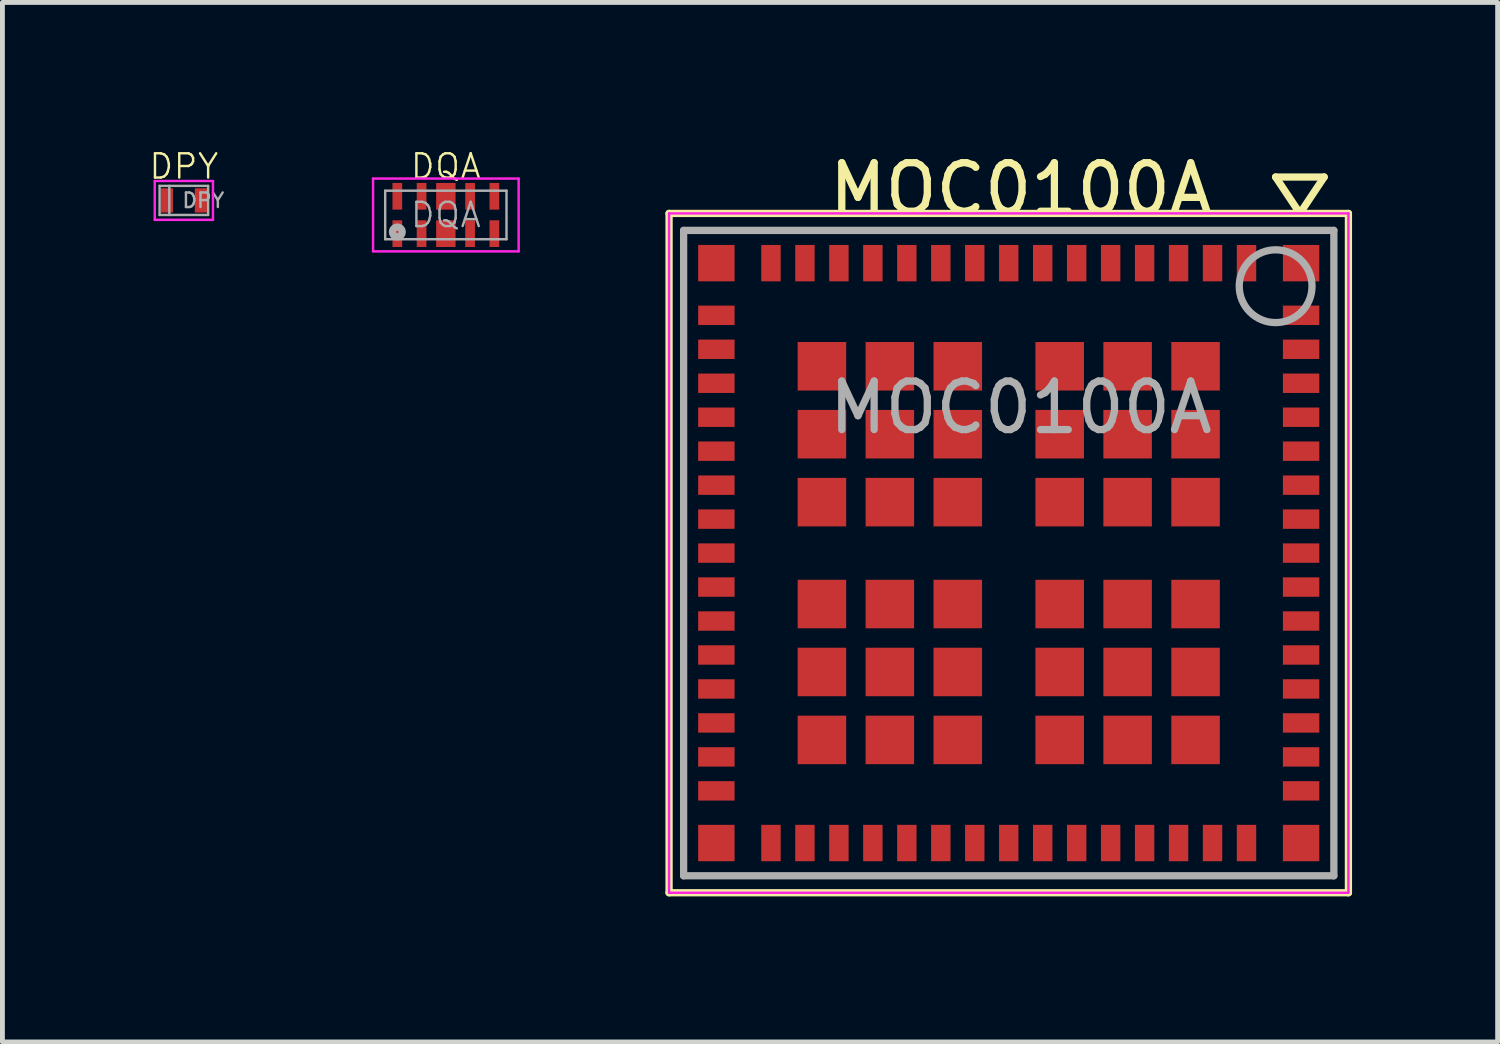
<source format=kicad_pcb>
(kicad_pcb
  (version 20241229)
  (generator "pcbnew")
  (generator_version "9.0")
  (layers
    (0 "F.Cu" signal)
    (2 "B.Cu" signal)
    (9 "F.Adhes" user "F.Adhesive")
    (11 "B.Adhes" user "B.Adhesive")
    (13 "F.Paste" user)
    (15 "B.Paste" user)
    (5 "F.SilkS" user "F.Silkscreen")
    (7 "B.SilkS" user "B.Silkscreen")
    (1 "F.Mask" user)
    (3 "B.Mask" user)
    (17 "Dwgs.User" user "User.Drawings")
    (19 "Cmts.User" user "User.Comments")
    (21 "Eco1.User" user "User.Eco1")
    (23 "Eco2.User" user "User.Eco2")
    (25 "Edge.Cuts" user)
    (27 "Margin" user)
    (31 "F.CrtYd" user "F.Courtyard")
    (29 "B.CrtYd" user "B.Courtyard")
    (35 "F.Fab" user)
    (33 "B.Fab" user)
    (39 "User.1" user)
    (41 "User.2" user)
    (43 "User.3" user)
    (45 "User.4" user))
  (footprint "MOC0100A"
    (layer "F.Cu")
    (at 17.738 8.348)
    (property "Reference" "MOC0100A" (at 0.25 -7.5 0) (layer "F.SilkS") (effects (font (size 1 1) (thickness 0.15))))
    (attr smd)
    (fp_line (start -7 -7) (end -7 7) (stroke (width 0.15) (type solid)) (layer "F.SilkS"))
    (fp_line (start -7 -7) (end 7 -7) (stroke (width 0.15) (type solid)) (layer "F.SilkS"))
    (fp_line (start 5.5 -7.75) (end 6.5 -7.75) (stroke (width 0.15) (type solid)) (layer "F.SilkS"))
    (fp_line (start 6 -7) (end 5.5 -7.75) (stroke (width 0.15) (type solid)) (layer "F.SilkS"))
    (fp_line (start 6.5 -7.75) (end 6 -7) (stroke (width 0.15) (type solid)) (layer "F.SilkS"))
    (fp_line (start 7 -7) (end 7 7) (stroke (width 0.15) (type solid)) (layer "F.SilkS"))
    (fp_line (start 7 7) (end -7 7) (stroke (width 0.15) (type solid)) (layer "F.SilkS"))
    (fp_line (start -7 -7) (end -7 7) (stroke (width 0.05) (type solid)) (layer "F.CrtYd"))
    (fp_line (start -7 -7) (end 7 -7) (stroke (width 0.05) (type solid)) (layer "F.CrtYd"))
    (fp_line (start -7 7) (end 7 7) (stroke (width 0.05) (type solid)) (layer "F.CrtYd"))
    (fp_line (start 7 -7) (end 7 7) (stroke (width 0.05) (type solid)) (layer "F.CrtYd"))
    (fp_line (start -6.7 -6.65) (end 6.7 -6.65) (stroke (width 0.15) (type solid)) (layer "F.Fab"))
    (fp_line (start -6.7 6.65) (end -6.7 -6.65) (stroke (width 0.15) (type solid)) (layer "F.Fab"))
    (fp_line (start 6.7 -6.65) (end 6.7 6.65) (stroke (width 0.15) (type solid)) (layer "F.Fab"))
    (fp_line (start 6.7 6.65) (end -6.7 6.65) (stroke (width 0.15) (type solid)) (layer "F.Fab"))
    (fp_circle (center 5.5 -5.5) (end 6.25 -5.5) (stroke (width 0.15) (type solid)) (fill no) (layer "F.Fab"))
    (fp_text user "${REFERENCE}" (at 0.25 -3 0) (layer "F.Fab") (effects (font (size 1 1) (thickness 0.15))))
    (pad "1" smd rect (at 6.025 -5.975) (size 0.75 0.75) (layers "F.Cu" "F.Mask" "F.Paste"))
    (pad "2" smd rect (at 4.9 -5.975) (size 0.4 0.75) (layers "F.Cu" "F.Mask" "F.Paste"))
    (pad "3" smd rect (at 4.2 -5.975) (size 0.4 0.75) (layers "F.Cu" "F.Mask" "F.Paste"))
    (pad "4" smd rect (at 3.5 -5.975) (size 0.4 0.75) (layers "F.Cu" "F.Mask" "F.Paste"))
    (pad "5" smd rect (at 2.8 -5.975) (size 0.4 0.75) (layers "F.Cu" "F.Mask" "F.Paste"))
    (pad "6" smd rect (at 2.1 -5.975) (size 0.4 0.75) (layers "F.Cu" "F.Mask" "F.Paste"))
    (pad "7" smd rect (at 1.4 -5.975) (size 0.4 0.75) (layers "F.Cu" "F.Mask" "F.Paste"))
    (pad "8" smd rect (at 0.7 -5.975) (size 0.4 0.75) (layers "F.Cu" "F.Mask" "F.Paste"))
    (pad "9" smd rect (at 0 -5.975) (size 0.4 0.75) (layers "F.Cu" "F.Mask" "F.Paste"))
    (pad "10" smd rect (at -0.7 -5.975) (size 0.4 0.75) (layers "F.Cu" "F.Mask" "F.Paste"))
    (pad "11" smd rect (at -1.4 -5.975) (size 0.4 0.75) (layers "F.Cu" "F.Mask" "F.Paste"))
    (pad "12" smd rect (at -2.1 -5.975) (size 0.4 0.75) (layers "F.Cu" "F.Mask" "F.Paste"))
    (pad "13" smd rect (at -2.8 -5.975) (size 0.4 0.75) (layers "F.Cu" "F.Mask" "F.Paste"))
    (pad "14" smd rect (at -3.5 -5.975) (size 0.4 0.75) (layers "F.Cu" "F.Mask" "F.Paste"))
    (pad "15" smd rect (at -4.2 -5.975) (size 0.4 0.75) (layers "F.Cu" "F.Mask" "F.Paste"))
    (pad "16" smd rect (at -4.9 -5.975) (size 0.4 0.75) (layers "F.Cu" "F.Mask" "F.Paste"))
    (pad "17" smd rect (at -6.025 -5.975) (size 0.75 0.75) (layers "F.Cu" "F.Mask" "F.Paste"))
    (pad "18" smd rect (at -6.025 -4.9) (size 0.75 0.4) (layers "F.Cu" "F.Mask" "F.Paste"))
    (pad "19" smd rect (at -6.025 -4.2) (size 0.75 0.4) (layers "F.Cu" "F.Mask" "F.Paste"))
    (pad "20" smd rect (at -6.025 -3.5) (size 0.75 0.4) (layers "F.Cu" "F.Mask" "F.Paste"))
    (pad "21" smd rect (at -6.025 -2.8) (size 0.75 0.4) (layers "F.Cu" "F.Mask" "F.Paste"))
    (pad "22" smd rect (at -6.025 -2.1) (size 0.75 0.4) (layers "F.Cu" "F.Mask" "F.Paste"))
    (pad "23" smd rect (at -6.025 -1.4) (size 0.75 0.4) (layers "F.Cu" "F.Mask" "F.Paste"))
    (pad "24" smd rect (at -6.025 -0.7) (size 0.75 0.4) (layers "F.Cu" "F.Mask" "F.Paste"))
    (pad "25" smd rect (at -6.025 0) (size 0.75 0.4) (layers "F.Cu" "F.Mask" "F.Paste"))
    (pad "26" smd rect (at -6.025 0.7) (size 0.75 0.4) (layers "F.Cu" "F.Mask" "F.Paste"))
    (pad "27" smd rect (at -6.025 1.4) (size 0.75 0.4) (layers "F.Cu" "F.Mask" "F.Paste"))
    (pad "28" smd rect (at -6.025 2.1) (size 0.75 0.4) (layers "F.Cu" "F.Mask" "F.Paste"))
    (pad "29" smd rect (at -6.025 2.8) (size 0.75 0.4) (layers "F.Cu" "F.Mask" "F.Paste"))
    (pad "30" smd rect (at -6.025 3.5) (size 0.75 0.4) (layers "F.Cu" "F.Mask" "F.Paste"))
    (pad "31" smd rect (at -6.025 4.2) (size 0.75 0.4) (layers "F.Cu" "F.Mask" "F.Paste"))
    (pad "32" smd rect (at -6.025 4.9) (size 0.75 0.4) (layers "F.Cu" "F.Mask" "F.Paste"))
    (pad "33" smd rect (at -6.025 5.975) (size 0.75 0.75) (layers "F.Cu" "F.Mask" "F.Paste"))
    (pad "34" smd rect (at -4.9 5.975) (size 0.4 0.75) (layers "F.Cu" "F.Mask" "F.Paste"))
    (pad "35" smd rect (at -4.2 5.975) (size 0.4 0.75) (layers "F.Cu" "F.Mask" "F.Paste"))
    (pad "36" smd rect (at -3.5 5.975) (size 0.4 0.75) (layers "F.Cu" "F.Mask" "F.Paste"))
    (pad "37" smd rect (at -2.8 5.975) (size 0.4 0.75) (layers "F.Cu" "F.Mask" "F.Paste"))
    (pad "38" smd rect (at -2.1 5.975) (size 0.4 0.75) (layers "F.Cu" "F.Mask" "F.Paste"))
    (pad "39" smd rect (at -1.4 5.975) (size 0.4 0.75) (layers "F.Cu" "F.Mask" "F.Paste"))
    (pad "40" smd rect (at -0.7 5.975) (size 0.4 0.75) (layers "F.Cu" "F.Mask" "F.Paste"))
    (pad "41" smd rect (at 0 5.975) (size 0.4 0.75) (layers "F.Cu" "F.Mask" "F.Paste"))
    (pad "42" smd rect (at 0.7 5.975) (size 0.4 0.75) (layers "F.Cu" "F.Mask" "F.Paste"))
    (pad "43" smd rect (at 1.4 5.975) (size 0.4 0.75) (layers "F.Cu" "F.Mask" "F.Paste"))
    (pad "44" smd rect (at 2.1 5.975) (size 0.4 0.75) (layers "F.Cu" "F.Mask" "F.Paste"))
    (pad "45" smd rect (at 2.8 5.975) (size 0.4 0.75) (layers "F.Cu" "F.Mask" "F.Paste"))
    (pad "46" smd rect (at 3.5 5.975) (size 0.4 0.75) (layers "F.Cu" "F.Mask" "F.Paste"))
    (pad "47" smd rect (at 4.2 5.975) (size 0.4 0.75) (layers "F.Cu" "F.Mask" "F.Paste"))
    (pad "48" smd rect (at 4.9 5.975) (size 0.4 0.75) (layers "F.Cu" "F.Mask" "F.Paste"))
    (pad "49" smd rect (at 6.025 5.975) (size 0.75 0.75) (layers "F.Cu" "F.Mask" "F.Paste"))
    (pad "50" smd rect (at 6.025 4.9) (size 0.75 0.4) (layers "F.Cu" "F.Mask" "F.Paste"))
    (pad "51" smd rect (at 6.025 4.2) (size 0.75 0.4) (layers "F.Cu" "F.Mask" "F.Paste"))
    (pad "52" smd rect (at 6.025 3.5) (size 0.75 0.4) (layers "F.Cu" "F.Mask" "F.Paste"))
    (pad "53" smd rect (at 6.025 2.8) (size 0.75 0.4) (layers "F.Cu" "F.Mask" "F.Paste"))
    (pad "54" smd rect (at 6.025 2.1) (size 0.75 0.4) (layers "F.Cu" "F.Mask" "F.Paste"))
    (pad "55" smd rect (at 6.025 1.4) (size 0.75 0.4) (layers "F.Cu" "F.Mask" "F.Paste"))
    (pad "56" smd rect (at 6.025 0.7) (size 0.75 0.4) (layers "F.Cu" "F.Mask" "F.Paste"))
    (pad "57" smd rect (at 6.025 0) (size 0.75 0.4) (layers "F.Cu" "F.Mask" "F.Paste"))
    (pad "58" smd rect (at 6.025 -0.7) (size 0.75 0.4) (layers "F.Cu" "F.Mask" "F.Paste"))
    (pad "59" smd rect (at 6.025 -1.4) (size 0.75 0.4) (layers "F.Cu" "F.Mask" "F.Paste"))
    (pad "60" smd rect (at 6.025 -2.1) (size 0.75 0.4) (layers "F.Cu" "F.Mask" "F.Paste"))
    (pad "61" smd rect (at 6.025 -2.8) (size 0.75 0.4) (layers "F.Cu" "F.Mask" "F.Paste"))
    (pad "62" smd rect (at 6.025 -3.5) (size 0.75 0.4) (layers "F.Cu" "F.Mask" "F.Paste"))
    (pad "63" smd rect (at 6.025 -4.2) (size 0.75 0.4) (layers "F.Cu" "F.Mask" "F.Paste"))
    (pad "64" smd rect (at 6.025 -4.9) (size 0.75 0.4) (layers "F.Cu" "F.Mask" "F.Paste"))
    (pad "65" smd rect (at -3.85 -3.85) (size 1 1) (layers "F.Cu" "F.Mask" "F.Paste"))
    (pad "65" smd rect (at -3.85 -2.45) (size 1 1) (layers "F.Cu" "F.Mask" "F.Paste"))
    (pad "65" smd rect (at -3.85 -1.05) (size 1 1) (layers "F.Cu" "F.Mask" "F.Paste"))
    (pad "65" smd rect (at -3.85 1.05) (size 1 1) (layers "F.Cu" "F.Mask" "F.Paste"))
    (pad "65" smd rect (at -3.85 2.45) (size 1 1) (layers "F.Cu" "F.Mask" "F.Paste"))
    (pad "65" smd rect (at -3.85 3.85) (size 1 1) (layers "F.Cu" "F.Mask" "F.Paste"))
    (pad "65" smd rect (at -2.45 -3.85) (size 1 1) (layers "F.Cu" "F.Mask" "F.Paste"))
    (pad "65" smd rect (at -2.45 -2.45) (size 1 1) (layers "F.Cu" "F.Mask" "F.Paste"))
    (pad "65" smd rect (at -2.45 -1.05) (size 1 1) (layers "F.Cu" "F.Mask" "F.Paste"))
    (pad "65" smd rect (at -2.45 1.05) (size 1 1) (layers "F.Cu" "F.Mask" "F.Paste"))
    (pad "65" smd rect (at -2.45 2.45) (size 1 1) (layers "F.Cu" "F.Mask" "F.Paste"))
    (pad "65" smd rect (at -2.45 3.85) (size 1 1) (layers "F.Cu" "F.Mask" "F.Paste"))
    (pad "65" smd rect (at -1.05 -3.85) (size 1 1) (layers "F.Cu" "F.Mask" "F.Paste"))
    (pad "65" smd rect (at -1.05 -2.45) (size 1 1) (layers "F.Cu" "F.Mask" "F.Paste"))
    (pad "65" smd rect (at -1.05 -1.05) (size 1 1) (layers "F.Cu" "F.Mask" "F.Paste"))
    (pad "65" smd rect (at -1.05 1.05) (size 1 1) (layers "F.Cu" "F.Mask" "F.Paste"))
    (pad "65" smd rect (at -1.05 2.45) (size 1 1) (layers "F.Cu" "F.Mask" "F.Paste"))
    (pad "65" smd rect (at -1.05 3.85) (size 1 1) (layers "F.Cu" "F.Mask" "F.Paste"))
    (pad "65" smd rect (at 1.05 -3.85) (size 1 1) (layers "F.Cu" "F.Mask" "F.Paste"))
    (pad "65" smd rect (at 1.05 -2.45) (size 1 1) (layers "F.Cu" "F.Mask" "F.Paste"))
    (pad "65" smd rect (at 1.05 -1.05) (size 1 1) (layers "F.Cu" "F.Mask" "F.Paste"))
    (pad "65" smd rect (at 1.05 1.05) (size 1 1) (layers "F.Cu" "F.Mask" "F.Paste"))
    (pad "65" smd rect (at 1.05 2.45) (size 1 1) (layers "F.Cu" "F.Mask" "F.Paste"))
    (pad "65" smd rect (at 1.05 3.85) (size 1 1) (layers "F.Cu" "F.Mask" "F.Paste"))
    (pad "65" smd rect (at 2.45 -3.85) (size 1 1) (layers "F.Cu" "F.Mask" "F.Paste"))
    (pad "65" smd rect (at 2.45 -2.45) (size 1 1) (layers "F.Cu" "F.Mask" "F.Paste"))
    (pad "65" smd rect (at 2.45 -1.05) (size 1 1) (layers "F.Cu" "F.Mask" "F.Paste"))
    (pad "65" smd rect (at 2.45 1.05) (size 1 1) (layers "F.Cu" "F.Mask" "F.Paste"))
    (pad "65" smd rect (at 2.45 2.45) (size 1 1) (layers "F.Cu" "F.Mask" "F.Paste"))
    (pad "65" smd rect (at 2.45 3.85) (size 1 1) (layers "F.Cu" "F.Mask" "F.Paste"))
    (pad "65" smd rect (at 3.85 -3.85) (size 1 1) (layers "F.Cu" "F.Mask" "F.Paste"))
    (pad "65" smd rect (at 3.85 -2.45) (size 1 1) (layers "F.Cu" "F.Mask" "F.Paste"))
    (pad "65" smd rect (at 3.85 -1.05) (size 1 1) (layers "F.Cu" "F.Mask" "F.Paste"))
    (pad "65" smd rect (at 3.85 1.05) (size 1 1) (layers "F.Cu" "F.Mask" "F.Paste"))
    (pad "65" smd rect (at 3.85 2.45) (size 1 1) (layers "F.Cu" "F.Mask" "F.Paste"))
    (pad "65" smd rect (at 3.85 3.85) (size 1 1) (layers "F.Cu" "F.Mask" "F.Paste")))
  (footprint "DPY"
    (layer "F.Cu")
    (at 0.739 1.08)
    (property "Reference" "DPY" (at 0 -0.7 0) (layer "F.SilkS") (effects (font (size 0.5 0.5) (thickness 0.05))))
    (attr smd)
    (fp_line (start -0.6 -0.4) (end -0.6 0.4) (stroke (width 0.05) (type solid)) (layer "F.CrtYd"))
    (fp_line (start -0.6 -0.4) (end 0.6 -0.4) (stroke (width 0.05) (type solid)) (layer "F.CrtYd"))
    (fp_line (start -0.6 0.4) (end 0.6 0.4) (stroke (width 0.05) (type solid)) (layer "F.CrtYd"))
    (fp_line (start 0.6 -0.4) (end 0.6 0.4) (stroke (width 0.05) (type solid)) (layer "F.CrtYd"))
    (fp_line (start -0.5 -0.3) (end 0.5 -0.3) (stroke (width 0.05) (type solid)) (layer "F.Fab"))
    (fp_line (start -0.5 0.3) (end -0.5 -0.3) (stroke (width 0.05) (type solid)) (layer "F.Fab"))
    (fp_line (start -0.3 -0.3) (end -0.3 0.3) (stroke (width 0.05) (type solid)) (layer "F.Fab"))
    (fp_line (start 0.5 -0.3) (end 0.5 0.3) (stroke (width 0.05) (type solid)) (layer "F.Fab"))
    (fp_line (start 0.5 0.3) (end -0.5 0.3) (stroke (width 0.05) (type solid)) (layer "F.Fab"))
    (fp_text user "${REFERENCE}" (at 0.4 0 0) (layer "F.Fab") (effects (font (size 0.3 0.3) (thickness 0.05))))
    (pad "1" smd rect (at -0.35 0) (size 0.25 0.5) (layers "F.Cu" "F.Mask" "F.Paste"))
    (pad "2" smd rect (at 0.35 0) (size 0.25 0.5) (layers "F.Cu" "F.Mask" "F.Paste")))
  (footprint "DQA"
    (layer "F.Cu")
    (at 6.138 1.38)
    (property "Reference" "DQA" (at 0 -1 0) (layer "F.SilkS") (effects (font (size 0.5 0.5) (thickness 0.05))))
    (attr smd)
    (fp_line (start -1.5 -0.75) (end -1.5 0.75) (stroke (width 0.05) (type solid)) (layer "F.CrtYd"))
    (fp_line (start -1.5 -0.75) (end 1.5 -0.75) (stroke (width 0.05) (type solid)) (layer "F.CrtYd"))
    (fp_line (start -1.5 0.75) (end 1.5 0.75) (stroke (width 0.05) (type solid)) (layer "F.CrtYd"))
    (fp_line (start 1.5 -0.75) (end 1.5 0.75) (stroke (width 0.05) (type solid)) (layer "F.CrtYd"))
    (fp_line (start -1.25 -0.5) (end 1.25 -0.5) (stroke (width 0.05) (type solid)) (layer "F.Fab"))
    (fp_line (start -1.25 0.5) (end -1.25 -0.5) (stroke (width 0.05) (type solid)) (layer "F.Fab"))
    (fp_line (start 1.25 -0.5) (end 1.25 0.5) (stroke (width 0.05) (type solid)) (layer "F.Fab"))
    (fp_line (start 1.25 0.5) (end -1.25 0.5) (stroke (width 0.05) (type solid)) (layer "F.Fab"))
    (fp_circle (center -1 0.35) (end -1 0.45) (stroke (width 0.15) (type solid)) (fill no) (layer "F.Fab"))
    (fp_text user "${REFERENCE}" (at 0 0 0) (layer "F.Fab") (effects (font (size 0.5 0.5) (thickness 0.05))))
    (pad "1" smd rect (at -1 0.385 90) (size 0.55 0.2) (layers "F.Cu" "F.Mask" "F.Paste"))
    (pad "2" smd rect (at -0.5 0.385 90) (size 0.55 0.2) (layers "F.Cu" "F.Mask" "F.Paste"))
    (pad "3" smd rect (at 0 0.385 90) (size 0.55 0.4) (layers "F.Cu" "F.Mask" "F.Paste"))
    (pad "4" smd rect (at 0.5 0.385 90) (size 0.55 0.2) (layers "F.Cu" "F.Mask" "F.Paste"))
    (pad "5" smd rect (at 1 0.385 90) (size 0.55 0.2) (layers "F.Cu" "F.Mask" "F.Paste"))
    (pad "6" smd rect (at 1 -0.385 90) (size 0.55 0.2) (layers "F.Cu" "F.Mask" "F.Paste"))
    (pad "7" smd rect (at 0.5 -0.385 90) (size 0.55 0.2) (layers "F.Cu" "F.Mask" "F.Paste"))
    (pad "8" smd rect (at 0 -0.385 90) (size 0.55 0.4) (layers "F.Cu" "F.Mask" "F.Paste"))
    (pad "9" smd rect (at -0.5 -0.385 90) (size 0.55 0.2) (layers "F.Cu" "F.Mask" "F.Paste"))
    (pad "10" smd rect (at -1 -0.385 90) (size 0.55 0.2) (layers "F.Cu" "F.Mask" "F.Paste")))
  (gr_rect
    (start -3 -3)
    (end 27.813 18.423)
    (stroke (width 0.1) (type default))
    (fill no)
    (layer "Edge.Cuts")))
</source>
